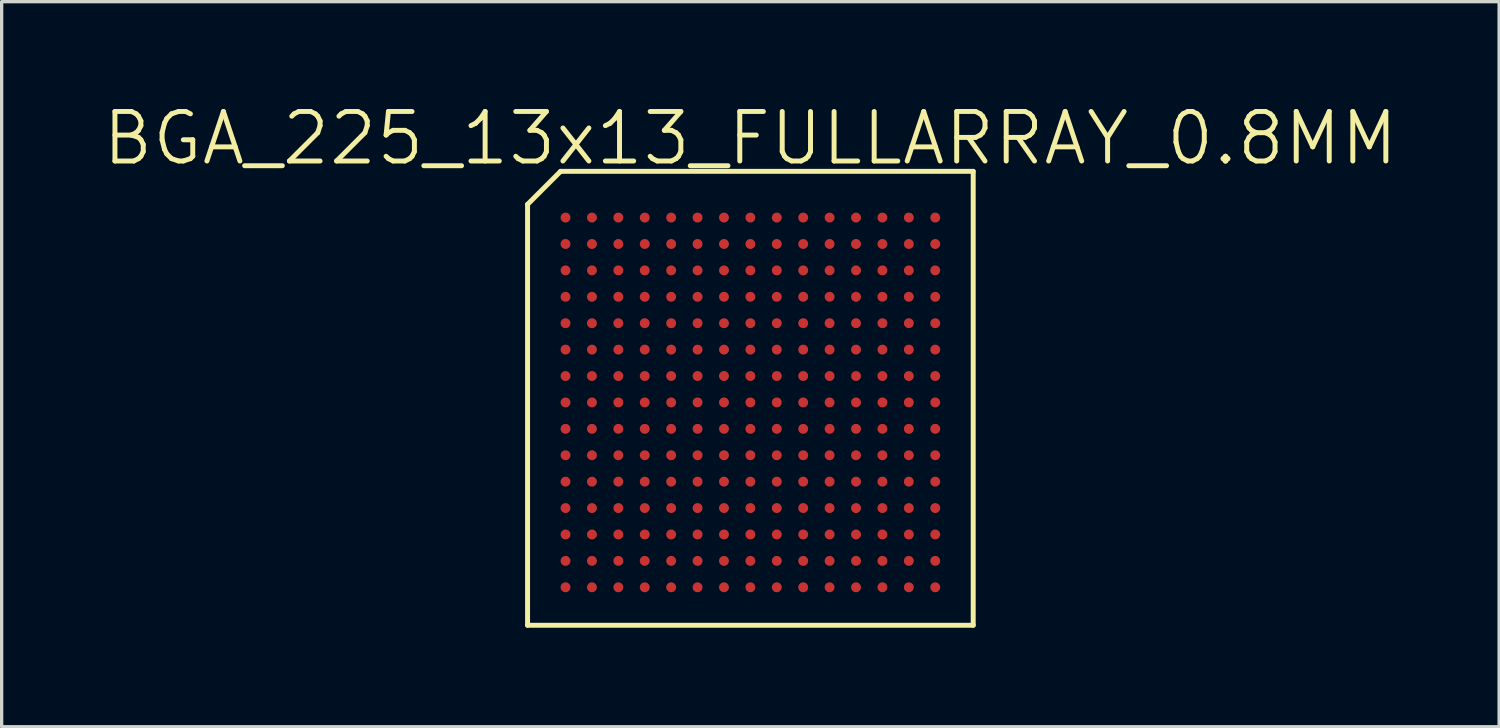
<source format=kicad_pcb>
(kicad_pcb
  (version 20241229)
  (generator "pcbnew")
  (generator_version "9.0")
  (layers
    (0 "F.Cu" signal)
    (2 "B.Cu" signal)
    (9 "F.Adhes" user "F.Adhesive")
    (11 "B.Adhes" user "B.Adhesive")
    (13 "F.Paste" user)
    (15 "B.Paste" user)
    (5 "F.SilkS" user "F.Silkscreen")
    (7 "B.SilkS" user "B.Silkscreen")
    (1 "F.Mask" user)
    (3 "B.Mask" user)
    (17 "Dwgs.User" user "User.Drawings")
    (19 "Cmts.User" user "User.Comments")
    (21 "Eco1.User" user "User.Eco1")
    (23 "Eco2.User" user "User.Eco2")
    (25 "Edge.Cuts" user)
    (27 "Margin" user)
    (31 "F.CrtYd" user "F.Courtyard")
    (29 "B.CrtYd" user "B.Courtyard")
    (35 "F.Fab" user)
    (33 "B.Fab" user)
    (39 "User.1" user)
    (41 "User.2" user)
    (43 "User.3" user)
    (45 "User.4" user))
  (footprint "BGA_225_13x13_FULLARRAY_0.8MM"
    (layer "F.Cu")
    (at 19.682 9.141)
    (property "Reference" "BGA_225_13x13_FULLARRAY_0.8MM" (at 0 -8 0) (layer "F.SilkS") (effects (font (size 1.5 1.5) (thickness 0.15))))
    (attr through_hole)
    (fp_line (start -6.75 -6) (end -5.75 -7) (stroke (width 0.15) (type solid)) (layer "F.SilkS"))
    (fp_line (start -6.75 6.75) (end -6.75 -6) (stroke (width 0.15) (type solid)) (layer "F.SilkS"))
    (fp_line (start -5.75 -7) (end 6.75 -7) (stroke (width 0.15) (type solid)) (layer "F.SilkS"))
    (fp_line (start 6.75 -7) (end 6.75 6.75) (stroke (width 0.15) (type solid)) (layer "F.SilkS"))
    (fp_line (start 6.75 6.75) (end -6.75 6.75) (stroke (width 0.15) (type solid)) (layer "F.SilkS"))
    (pad "A1" smd circle (at -5.6 -5.6) (size 0.3 0.3) (layers "F.Cu" "F.Mask" "F.Paste"))
    (pad "A2" smd circle (at -4.8 -5.6) (size 0.3 0.3) (layers "F.Cu" "F.Mask" "F.Paste"))
    (pad "A3" smd circle (at -4 -5.6) (size 0.3 0.3) (layers "F.Cu" "F.Mask" "F.Paste"))
    (pad "A4" smd circle (at -3.2 -5.6) (size 0.3 0.3) (layers "F.Cu" "F.Mask" "F.Paste"))
    (pad "A5" smd circle (at -2.4 -5.6) (size 0.3 0.3) (layers "F.Cu" "F.Mask" "F.Paste"))
    (pad "A6" smd circle (at -1.6 -5.6) (size 0.3 0.3) (layers "F.Cu" "F.Mask" "F.Paste"))
    (pad "A7" smd circle (at -0.8 -5.6) (size 0.3 0.3) (layers "F.Cu" "F.Mask" "F.Paste"))
    (pad "A8" smd circle (at 0 -5.6) (size 0.3 0.3) (layers "F.Cu" "F.Mask" "F.Paste"))
    (pad "A9" smd circle (at 0.8 -5.6) (size 0.3 0.3) (layers "F.Cu" "F.Mask" "F.Paste"))
    (pad "A10" smd circle (at 1.6 -5.6) (size 0.3 0.3) (layers "F.Cu" "F.Mask" "F.Paste"))
    (pad "A11" smd circle (at 2.4 -5.6) (size 0.3 0.3) (layers "F.Cu" "F.Mask" "F.Paste"))
    (pad "A12" smd circle (at 3.2 -5.6) (size 0.3 0.3) (layers "F.Cu" "F.Mask" "F.Paste"))
    (pad "A13" smd circle (at 4 -5.6) (size 0.3 0.3) (layers "F.Cu" "F.Mask" "F.Paste"))
    (pad "A14" smd circle (at 4.8 -5.6) (size 0.3 0.3) (layers "F.Cu" "F.Mask" "F.Paste"))
    (pad "A15" smd circle (at 5.6 -5.6) (size 0.3 0.3) (layers "F.Cu" "F.Mask" "F.Paste"))
    (pad "B1" smd circle (at -5.6 -4.8) (size 0.3 0.3) (layers "F.Cu" "F.Mask" "F.Paste"))
    (pad "B2" smd circle (at -4.8 -4.8) (size 0.3 0.3) (layers "F.Cu" "F.Mask" "F.Paste"))
    (pad "B3" smd circle (at -4 -4.8) (size 0.3 0.3) (layers "F.Cu" "F.Mask" "F.Paste"))
    (pad "B4" smd circle (at -3.2 -4.8) (size 0.3 0.3) (layers "F.Cu" "F.Mask" "F.Paste"))
    (pad "B5" smd circle (at -2.4 -4.8) (size 0.3 0.3) (layers "F.Cu" "F.Mask" "F.Paste"))
    (pad "B6" smd circle (at -1.6 -4.8) (size 0.3 0.3) (layers "F.Cu" "F.Mask" "F.Paste"))
    (pad "B7" smd circle (at -0.8 -4.8) (size 0.3 0.3) (layers "F.Cu" "F.Mask" "F.Paste"))
    (pad "B8" smd circle (at 0 -4.8) (size 0.3 0.3) (layers "F.Cu" "F.Mask" "F.Paste"))
    (pad "B9" smd circle (at 0.8 -4.8) (size 0.3 0.3) (layers "F.Cu" "F.Mask" "F.Paste"))
    (pad "B10" smd circle (at 1.6 -4.8) (size 0.3 0.3) (layers "F.Cu" "F.Mask" "F.Paste"))
    (pad "B11" smd circle (at 2.4 -4.8) (size 0.3 0.3) (layers "F.Cu" "F.Mask" "F.Paste"))
    (pad "B12" smd circle (at 3.2 -4.8) (size 0.3 0.3) (layers "F.Cu" "F.Mask" "F.Paste"))
    (pad "B13" smd circle (at 4 -4.8) (size 0.3 0.3) (layers "F.Cu" "F.Mask" "F.Paste"))
    (pad "B14" smd circle (at 4.8 -4.8) (size 0.3 0.3) (layers "F.Cu" "F.Mask" "F.Paste"))
    (pad "B15" smd circle (at 5.6 -4.8) (size 0.3 0.3) (layers "F.Cu" "F.Mask" "F.Paste"))
    (pad "C1" smd circle (at -5.6 -4) (size 0.3 0.3) (layers "F.Cu" "F.Mask" "F.Paste"))
    (pad "C2" smd circle (at -4.8 -4) (size 0.3 0.3) (layers "F.Cu" "F.Mask" "F.Paste"))
    (pad "C3" smd circle (at -4 -4) (size 0.3 0.3) (layers "F.Cu" "F.Mask" "F.Paste"))
    (pad "C4" smd circle (at -3.2 -4) (size 0.3 0.3) (layers "F.Cu" "F.Mask" "F.Paste"))
    (pad "C5" smd circle (at -2.4 -4) (size 0.3 0.3) (layers "F.Cu" "F.Mask" "F.Paste"))
    (pad "C6" smd circle (at -1.6 -4) (size 0.3 0.3) (layers "F.Cu" "F.Mask" "F.Paste"))
    (pad "C7" smd circle (at -0.8 -4) (size 0.3 0.3) (layers "F.Cu" "F.Mask" "F.Paste"))
    (pad "C8" smd circle (at 0 -4) (size 0.3 0.3) (layers "F.Cu" "F.Mask" "F.Paste"))
    (pad "C9" smd circle (at 0.8 -4) (size 0.3 0.3) (layers "F.Cu" "F.Mask" "F.Paste"))
    (pad "C10" smd circle (at 1.6 -4) (size 0.3 0.3) (layers "F.Cu" "F.Mask" "F.Paste"))
    (pad "C11" smd circle (at 2.4 -4) (size 0.3 0.3) (layers "F.Cu" "F.Mask" "F.Paste"))
    (pad "C12" smd circle (at 3.2 -4) (size 0.3 0.3) (layers "F.Cu" "F.Mask" "F.Paste"))
    (pad "C13" smd circle (at 4 -4) (size 0.3 0.3) (layers "F.Cu" "F.Mask" "F.Paste"))
    (pad "C14" smd circle (at 4.8 -4) (size 0.3 0.3) (layers "F.Cu" "F.Mask" "F.Paste"))
    (pad "C15" smd circle (at 5.6 -4) (size 0.3 0.3) (layers "F.Cu" "F.Mask" "F.Paste"))
    (pad "D1" smd circle (at -5.6 -3.2) (size 0.3 0.3) (layers "F.Cu" "F.Mask" "F.Paste"))
    (pad "D2" smd circle (at -4.8 -3.2) (size 0.3 0.3) (layers "F.Cu" "F.Mask" "F.Paste"))
    (pad "D3" smd circle (at -4 -3.2) (size 0.3 0.3) (layers "F.Cu" "F.Mask" "F.Paste"))
    (pad "D4" smd circle (at -3.2 -3.2) (size 0.3 0.3) (layers "F.Cu" "F.Mask" "F.Paste"))
    (pad "D5" smd circle (at -2.4 -3.2) (size 0.3 0.3) (layers "F.Cu" "F.Mask" "F.Paste"))
    (pad "D6" smd circle (at -1.6 -3.2) (size 0.3 0.3) (layers "F.Cu" "F.Mask" "F.Paste"))
    (pad "D7" smd circle (at -0.8 -3.2) (size 0.3 0.3) (layers "F.Cu" "F.Mask" "F.Paste"))
    (pad "D8" smd circle (at 0 -3.2) (size 0.3 0.3) (layers "F.Cu" "F.Mask" "F.Paste"))
    (pad "D9" smd circle (at 0.8 -3.2) (size 0.3 0.3) (layers "F.Cu" "F.Mask" "F.Paste"))
    (pad "D10" smd circle (at 1.6 -3.2) (size 0.3 0.3) (layers "F.Cu" "F.Mask" "F.Paste"))
    (pad "D11" smd circle (at 2.4 -3.2) (size 0.3 0.3) (layers "F.Cu" "F.Mask" "F.Paste"))
    (pad "D12" smd circle (at 3.2 -3.2) (size 0.3 0.3) (layers "F.Cu" "F.Mask" "F.Paste"))
    (pad "D13" smd circle (at 4 -3.2) (size 0.3 0.3) (layers "F.Cu" "F.Mask" "F.Paste"))
    (pad "D14" smd circle (at 4.8 -3.2) (size 0.3 0.3) (layers "F.Cu" "F.Mask" "F.Paste"))
    (pad "D15" smd circle (at 5.6 -3.2) (size 0.3 0.3) (layers "F.Cu" "F.Mask" "F.Paste"))
    (pad "E1" smd circle (at -5.6 -2.4) (size 0.3 0.3) (layers "F.Cu" "F.Mask" "F.Paste"))
    (pad "E2" smd circle (at -4.8 -2.4) (size 0.3 0.3) (layers "F.Cu" "F.Mask" "F.Paste"))
    (pad "E3" smd circle (at -4 -2.4) (size 0.3 0.3) (layers "F.Cu" "F.Mask" "F.Paste"))
    (pad "E4" smd circle (at -3.2 -2.4) (size 0.3 0.3) (layers "F.Cu" "F.Mask" "F.Paste"))
    (pad "E5" smd circle (at -2.4 -2.4) (size 0.3 0.3) (layers "F.Cu" "F.Mask" "F.Paste"))
    (pad "E6" smd circle (at -1.6 -2.4) (size 0.3 0.3) (layers "F.Cu" "F.Mask" "F.Paste"))
    (pad "E7" smd circle (at -0.8 -2.4) (size 0.3 0.3) (layers "F.Cu" "F.Mask" "F.Paste"))
    (pad "E8" smd circle (at 0 -2.4) (size 0.3 0.3) (layers "F.Cu" "F.Mask" "F.Paste"))
    (pad "E9" smd circle (at 0.8 -2.4) (size 0.3 0.3) (layers "F.Cu" "F.Mask" "F.Paste"))
    (pad "E10" smd circle (at 1.6 -2.4) (size 0.3 0.3) (layers "F.Cu" "F.Mask" "F.Paste"))
    (pad "E11" smd circle (at 2.4 -2.4) (size 0.3 0.3) (layers "F.Cu" "F.Mask" "F.Paste"))
    (pad "E12" smd circle (at 3.2 -2.4) (size 0.3 0.3) (layers "F.Cu" "F.Mask" "F.Paste"))
    (pad "E13" smd circle (at 4 -2.4) (size 0.3 0.3) (layers "F.Cu" "F.Mask" "F.Paste"))
    (pad "E14" smd circle (at 4.8 -2.4) (size 0.3 0.3) (layers "F.Cu" "F.Mask" "F.Paste"))
    (pad "E15" smd circle (at 5.6 -2.4) (size 0.3 0.3) (layers "F.Cu" "F.Mask" "F.Paste"))
    (pad "F1" smd circle (at -5.6 -1.6) (size 0.3 0.3) (layers "F.Cu" "F.Mask" "F.Paste"))
    (pad "F2" smd circle (at -4.8 -1.6) (size 0.3 0.3) (layers "F.Cu" "F.Mask" "F.Paste"))
    (pad "F3" smd circle (at -4 -1.6) (size 0.3 0.3) (layers "F.Cu" "F.Mask" "F.Paste"))
    (pad "F4" smd circle (at -3.2 -1.6) (size 0.3 0.3) (layers "F.Cu" "F.Mask" "F.Paste"))
    (pad "F5" smd circle (at -2.4 -1.6) (size 0.3 0.3) (layers "F.Cu" "F.Mask" "F.Paste"))
    (pad "F6" smd circle (at -1.6 -1.6) (size 0.3 0.3) (layers "F.Cu" "F.Mask" "F.Paste"))
    (pad "F7" smd circle (at -0.8 -1.6) (size 0.3 0.3) (layers "F.Cu" "F.Mask" "F.Paste"))
    (pad "F8" smd circle (at 0 -1.6) (size 0.3 0.3) (layers "F.Cu" "F.Mask" "F.Paste"))
    (pad "F9" smd circle (at 0.8 -1.6) (size 0.3 0.3) (layers "F.Cu" "F.Mask" "F.Paste"))
    (pad "F10" smd circle (at 1.6 -1.6) (size 0.3 0.3) (layers "F.Cu" "F.Mask" "F.Paste"))
    (pad "F11" smd circle (at 2.4 -1.6) (size 0.3 0.3) (layers "F.Cu" "F.Mask" "F.Paste"))
    (pad "F12" smd circle (at 3.2 -1.6) (size 0.3 0.3) (layers "F.Cu" "F.Mask" "F.Paste"))
    (pad "F13" smd circle (at 4 -1.6) (size 0.3 0.3) (layers "F.Cu" "F.Mask" "F.Paste"))
    (pad "F14" smd circle (at 4.8 -1.6) (size 0.3 0.3) (layers "F.Cu" "F.Mask" "F.Paste"))
    (pad "F15" smd circle (at 5.6 -1.6) (size 0.3 0.3) (layers "F.Cu" "F.Mask" "F.Paste"))
    (pad "G1" smd circle (at -5.6 -0.8) (size 0.3 0.3) (layers "F.Cu" "F.Mask" "F.Paste"))
    (pad "G2" smd circle (at -4.8 -0.8) (size 0.3 0.3) (layers "F.Cu" "F.Mask" "F.Paste"))
    (pad "G3" smd circle (at -4 -0.8) (size 0.3 0.3) (layers "F.Cu" "F.Mask" "F.Paste"))
    (pad "G4" smd circle (at -3.2 -0.8) (size 0.3 0.3) (layers "F.Cu" "F.Mask" "F.Paste"))
    (pad "G5" smd circle (at -2.4 -0.8) (size 0.3 0.3) (layers "F.Cu" "F.Mask" "F.Paste"))
    (pad "G6" smd circle (at -1.6 -0.8) (size 0.3 0.3) (layers "F.Cu" "F.Mask" "F.Paste"))
    (pad "G7" smd circle (at -0.8 -0.8) (size 0.3 0.3) (layers "F.Cu" "F.Mask" "F.Paste"))
    (pad "G8" smd circle (at 0 -0.8) (size 0.3 0.3) (layers "F.Cu" "F.Mask" "F.Paste"))
    (pad "G9" smd circle (at 0.8 -0.8) (size 0.3 0.3) (layers "F.Cu" "F.Mask" "F.Paste"))
    (pad "G10" smd circle (at 1.6 -0.8) (size 0.3 0.3) (layers "F.Cu" "F.Mask" "F.Paste"))
    (pad "G11" smd circle (at 2.4 -0.8) (size 0.3 0.3) (layers "F.Cu" "F.Mask" "F.Paste"))
    (pad "G12" smd circle (at 3.2 -0.8) (size 0.3 0.3) (layers "F.Cu" "F.Mask" "F.Paste"))
    (pad "G13" smd circle (at 4 -0.8) (size 0.3 0.3) (layers "F.Cu" "F.Mask" "F.Paste"))
    (pad "G14" smd circle (at 4.8 -0.8) (size 0.3 0.3) (layers "F.Cu" "F.Mask" "F.Paste"))
    (pad "G15" smd circle (at 5.6 -0.8) (size 0.3 0.3) (layers "F.Cu" "F.Mask" "F.Paste"))
    (pad "H1" smd circle (at -5.6 0) (size 0.3 0.3) (layers "F.Cu" "F.Mask" "F.Paste"))
    (pad "H2" smd circle (at -4.8 0) (size 0.3 0.3) (layers "F.Cu" "F.Mask" "F.Paste"))
    (pad "H3" smd circle (at -4 0) (size 0.3 0.3) (layers "F.Cu" "F.Mask" "F.Paste"))
    (pad "H4" smd circle (at -3.2 0) (size 0.3 0.3) (layers "F.Cu" "F.Mask" "F.Paste"))
    (pad "H5" smd circle (at -2.4 0) (size 0.3 0.3) (layers "F.Cu" "F.Mask" "F.Paste"))
    (pad "H6" smd circle (at -1.6 0) (size 0.3 0.3) (layers "F.Cu" "F.Mask" "F.Paste"))
    (pad "H7" smd circle (at -0.8 0) (size 0.3 0.3) (layers "F.Cu" "F.Mask" "F.Paste"))
    (pad "H8" smd circle (at 0 0) (size 0.3 0.3) (layers "F.Cu" "F.Mask" "F.Paste"))
    (pad "H9" smd circle (at 0.8 0) (size 0.3 0.3) (layers "F.Cu" "F.Mask" "F.Paste"))
    (pad "H10" smd circle (at 1.6 0) (size 0.3 0.3) (layers "F.Cu" "F.Mask" "F.Paste"))
    (pad "H11" smd circle (at 2.4 0) (size 0.3 0.3) (layers "F.Cu" "F.Mask" "F.Paste"))
    (pad "H12" smd circle (at 3.2 0) (size 0.3 0.3) (layers "F.Cu" "F.Mask" "F.Paste"))
    (pad "H13" smd circle (at 4 0) (size 0.3 0.3) (layers "F.Cu" "F.Mask" "F.Paste"))
    (pad "H14" smd circle (at 4.8 0) (size 0.3 0.3) (layers "F.Cu" "F.Mask" "F.Paste"))
    (pad "H15" smd circle (at 5.6 0) (size 0.3 0.3) (layers "F.Cu" "F.Mask" "F.Paste"))
    (pad "J1" smd circle (at -5.6 0.8) (size 0.3 0.3) (layers "F.Cu" "F.Mask" "F.Paste"))
    (pad "J2" smd circle (at -4.8 0.8) (size 0.3 0.3) (layers "F.Cu" "F.Mask" "F.Paste"))
    (pad "J3" smd circle (at -4 0.8) (size 0.3 0.3) (layers "F.Cu" "F.Mask" "F.Paste"))
    (pad "J4" smd circle (at -3.2 0.8) (size 0.3 0.3) (layers "F.Cu" "F.Mask" "F.Paste"))
    (pad "J5" smd circle (at -2.4 0.8) (size 0.3 0.3) (layers "F.Cu" "F.Mask" "F.Paste"))
    (pad "J6" smd circle (at -1.6 0.8) (size 0.3 0.3) (layers "F.Cu" "F.Mask" "F.Paste"))
    (pad "J7" smd circle (at -0.8 0.8) (size 0.3 0.3) (layers "F.Cu" "F.Mask" "F.Paste"))
    (pad "J8" smd circle (at 0 0.8) (size 0.3 0.3) (layers "F.Cu" "F.Mask" "F.Paste"))
    (pad "J9" smd circle (at 0.8 0.8) (size 0.3 0.3) (layers "F.Cu" "F.Mask" "F.Paste"))
    (pad "J10" smd circle (at 1.6 0.8) (size 0.3 0.3) (layers "F.Cu" "F.Mask" "F.Paste"))
    (pad "J11" smd circle (at 2.4 0.8) (size 0.3 0.3) (layers "F.Cu" "F.Mask" "F.Paste"))
    (pad "J12" smd circle (at 3.2 0.8) (size 0.3 0.3) (layers "F.Cu" "F.Mask" "F.Paste"))
    (pad "J13" smd circle (at 4 0.8) (size 0.3 0.3) (layers "F.Cu" "F.Mask" "F.Paste"))
    (pad "J14" smd circle (at 4.8 0.8) (size 0.3 0.3) (layers "F.Cu" "F.Mask" "F.Paste"))
    (pad "J15" smd circle (at 5.6 0.8) (size 0.3 0.3) (layers "F.Cu" "F.Mask" "F.Paste"))
    (pad "K1" smd circle (at -5.6 1.6) (size 0.3 0.3) (layers "F.Cu" "F.Mask" "F.Paste"))
    (pad "K2" smd circle (at -4.8 1.6) (size 0.3 0.3) (layers "F.Cu" "F.Mask" "F.Paste"))
    (pad "K3" smd circle (at -4 1.6) (size 0.3 0.3) (layers "F.Cu" "F.Mask" "F.Paste"))
    (pad "K4" smd circle (at -3.2 1.6) (size 0.3 0.3) (layers "F.Cu" "F.Mask" "F.Paste"))
    (pad "K5" smd circle (at -2.4 1.6) (size 0.3 0.3) (layers "F.Cu" "F.Mask" "F.Paste"))
    (pad "K6" smd circle (at -1.6 1.6) (size 0.3 0.3) (layers "F.Cu" "F.Mask" "F.Paste"))
    (pad "K7" smd circle (at -0.8 1.6) (size 0.3 0.3) (layers "F.Cu" "F.Mask" "F.Paste"))
    (pad "K8" smd circle (at 0 1.6) (size 0.3 0.3) (layers "F.Cu" "F.Mask" "F.Paste"))
    (pad "K9" smd circle (at 0.8 1.6) (size 0.3 0.3) (layers "F.Cu" "F.Mask" "F.Paste"))
    (pad "K10" smd circle (at 1.6 1.6) (size 0.3 0.3) (layers "F.Cu" "F.Mask" "F.Paste"))
    (pad "K11" smd circle (at 2.4 1.6) (size 0.3 0.3) (layers "F.Cu" "F.Mask" "F.Paste"))
    (pad "K12" smd circle (at 3.2 1.6) (size 0.3 0.3) (layers "F.Cu" "F.Mask" "F.Paste"))
    (pad "K13" smd circle (at 4 1.6) (size 0.3 0.3) (layers "F.Cu" "F.Mask" "F.Paste"))
    (pad "K14" smd circle (at 4.8 1.6) (size 0.3 0.3) (layers "F.Cu" "F.Mask" "F.Paste"))
    (pad "K15" smd circle (at 5.6 1.6) (size 0.3 0.3) (layers "F.Cu" "F.Mask" "F.Paste"))
    (pad "L1" smd circle (at -5.6 2.4) (size 0.3 0.3) (layers "F.Cu" "F.Mask" "F.Paste"))
    (pad "L2" smd circle (at -4.8 2.4) (size 0.3 0.3) (layers "F.Cu" "F.Mask" "F.Paste"))
    (pad "L3" smd circle (at -4 2.4) (size 0.3 0.3) (layers "F.Cu" "F.Mask" "F.Paste"))
    (pad "L4" smd circle (at -3.2 2.4) (size 0.3 0.3) (layers "F.Cu" "F.Mask" "F.Paste"))
    (pad "L5" smd circle (at -2.4 2.4) (size 0.3 0.3) (layers "F.Cu" "F.Mask" "F.Paste"))
    (pad "L6" smd circle (at -1.6 2.4) (size 0.3 0.3) (layers "F.Cu" "F.Mask" "F.Paste"))
    (pad "L7" smd circle (at -0.8 2.4) (size 0.3 0.3) (layers "F.Cu" "F.Mask" "F.Paste"))
    (pad "L8" smd circle (at 0 2.4) (size 0.3 0.3) (layers "F.Cu" "F.Mask" "F.Paste"))
    (pad "L9" smd circle (at 0.8 2.4) (size 0.3 0.3) (layers "F.Cu" "F.Mask" "F.Paste"))
    (pad "L10" smd circle (at 1.6 2.4) (size 0.3 0.3) (layers "F.Cu" "F.Mask" "F.Paste"))
    (pad "L11" smd circle (at 2.4 2.4) (size 0.3 0.3) (layers "F.Cu" "F.Mask" "F.Paste"))
    (pad "L12" smd circle (at 3.2 2.4) (size 0.3 0.3) (layers "F.Cu" "F.Mask" "F.Paste"))
    (pad "L13" smd circle (at 4 2.4) (size 0.3 0.3) (layers "F.Cu" "F.Mask" "F.Paste"))
    (pad "L14" smd circle (at 4.8 2.4) (size 0.3 0.3) (layers "F.Cu" "F.Mask" "F.Paste"))
    (pad "L15" smd circle (at 5.6 2.4) (size 0.3 0.3) (layers "F.Cu" "F.Mask" "F.Paste"))
    (pad "M1" smd circle (at -5.6 3.2) (size 0.3 0.3) (layers "F.Cu" "F.Mask" "F.Paste"))
    (pad "M2" smd circle (at -4.8 3.2) (size 0.3 0.3) (layers "F.Cu" "F.Mask" "F.Paste"))
    (pad "M3" smd circle (at -4 3.2) (size 0.3 0.3) (layers "F.Cu" "F.Mask" "F.Paste"))
    (pad "M4" smd circle (at -3.2 3.2) (size 0.3 0.3) (layers "F.Cu" "F.Mask" "F.Paste"))
    (pad "M5" smd circle (at -2.4 3.2) (size 0.3 0.3) (layers "F.Cu" "F.Mask" "F.Paste"))
    (pad "M6" smd circle (at -1.6 3.2) (size 0.3 0.3) (layers "F.Cu" "F.Mask" "F.Paste"))
    (pad "M7" smd circle (at -0.8 3.2) (size 0.3 0.3) (layers "F.Cu" "F.Mask" "F.Paste"))
    (pad "M8" smd circle (at 0 3.2) (size 0.3 0.3) (layers "F.Cu" "F.Mask" "F.Paste"))
    (pad "M9" smd circle (at 0.8 3.2) (size 0.3 0.3) (layers "F.Cu" "F.Mask" "F.Paste"))
    (pad "M10" smd circle (at 1.6 3.2) (size 0.3 0.3) (layers "F.Cu" "F.Mask" "F.Paste"))
    (pad "M11" smd circle (at 2.4 3.2) (size 0.3 0.3) (layers "F.Cu" "F.Mask" "F.Paste"))
    (pad "M12" smd circle (at 3.2 3.2) (size 0.3 0.3) (layers "F.Cu" "F.Mask" "F.Paste"))
    (pad "M13" smd circle (at 4 3.2) (size 0.3 0.3) (layers "F.Cu" "F.Mask" "F.Paste"))
    (pad "M14" smd circle (at 4.8 3.2) (size 0.3 0.3) (layers "F.Cu" "F.Mask" "F.Paste"))
    (pad "M15" smd circle (at 5.6 3.2) (size 0.3 0.3) (layers "F.Cu" "F.Mask" "F.Paste"))
    (pad "N1" smd circle (at -5.6 4) (size 0.3 0.3) (layers "F.Cu" "F.Mask" "F.Paste"))
    (pad "N2" smd circle (at -4.8 4) (size 0.3 0.3) (layers "F.Cu" "F.Mask" "F.Paste"))
    (pad "N3" smd circle (at -4 4) (size 0.3 0.3) (layers "F.Cu" "F.Mask" "F.Paste"))
    (pad "N4" smd circle (at -3.2 4) (size 0.3 0.3) (layers "F.Cu" "F.Mask" "F.Paste"))
    (pad "N5" smd circle (at -2.4 4) (size 0.3 0.3) (layers "F.Cu" "F.Mask" "F.Paste"))
    (pad "N6" smd circle (at -1.6 4) (size 0.3 0.3) (layers "F.Cu" "F.Mask" "F.Paste"))
    (pad "N7" smd circle (at -0.8 4) (size 0.3 0.3) (layers "F.Cu" "F.Mask" "F.Paste"))
    (pad "N8" smd circle (at 0 4) (size 0.3 0.3) (layers "F.Cu" "F.Mask" "F.Paste"))
    (pad "N9" smd circle (at 0.8 4) (size 0.3 0.3) (layers "F.Cu" "F.Mask" "F.Paste"))
    (pad "N10" smd circle (at 1.6 4) (size 0.3 0.3) (layers "F.Cu" "F.Mask" "F.Paste"))
    (pad "N11" smd circle (at 2.4 4) (size 0.3 0.3) (layers "F.Cu" "F.Mask" "F.Paste"))
    (pad "N12" smd circle (at 3.2 4) (size 0.3 0.3) (layers "F.Cu" "F.Mask" "F.Paste"))
    (pad "N13" smd circle (at 4 4) (size 0.3 0.3) (layers "F.Cu" "F.Mask" "F.Paste"))
    (pad "N14" smd circle (at 4.8 4) (size 0.3 0.3) (layers "F.Cu" "F.Mask" "F.Paste"))
    (pad "N15" smd circle (at 5.6 4) (size 0.3 0.3) (layers "F.Cu" "F.Mask" "F.Paste"))
    (pad "P1" smd circle (at -5.6 4.8) (size 0.3 0.3) (layers "F.Cu" "F.Mask" "F.Paste"))
    (pad "P2" smd circle (at -4.8 4.8) (size 0.3 0.3) (layers "F.Cu" "F.Mask" "F.Paste"))
    (pad "P3" smd circle (at -4 4.8) (size 0.3 0.3) (layers "F.Cu" "F.Mask" "F.Paste"))
    (pad "P4" smd circle (at -3.2 4.8) (size 0.3 0.3) (layers "F.Cu" "F.Mask" "F.Paste"))
    (pad "P5" smd circle (at -2.4 4.8) (size 0.3 0.3) (layers "F.Cu" "F.Mask" "F.Paste"))
    (pad "P6" smd circle (at -1.6 4.8) (size 0.3 0.3) (layers "F.Cu" "F.Mask" "F.Paste"))
    (pad "P7" smd circle (at -0.8 4.8) (size 0.3 0.3) (layers "F.Cu" "F.Mask" "F.Paste"))
    (pad "P8" smd circle (at 0 4.8) (size 0.3 0.3) (layers "F.Cu" "F.Mask" "F.Paste"))
    (pad "P9" smd circle (at 0.8 4.8) (size 0.3 0.3) (layers "F.Cu" "F.Mask" "F.Paste"))
    (pad "P10" smd circle (at 1.6 4.8) (size 0.3 0.3) (layers "F.Cu" "F.Mask" "F.Paste"))
    (pad "P11" smd circle (at 2.4 4.8) (size 0.3 0.3) (layers "F.Cu" "F.Mask" "F.Paste"))
    (pad "P12" smd circle (at 3.2 4.8) (size 0.3 0.3) (layers "F.Cu" "F.Mask" "F.Paste"))
    (pad "P13" smd circle (at 4 4.8) (size 0.3 0.3) (layers "F.Cu" "F.Mask" "F.Paste"))
    (pad "P14" smd circle (at 4.8 4.8) (size 0.3 0.3) (layers "F.Cu" "F.Mask" "F.Paste"))
    (pad "P15" smd circle (at 5.6 4.8) (size 0.3 0.3) (layers "F.Cu" "F.Mask" "F.Paste"))
    (pad "R1" smd circle (at -5.6 5.6) (size 0.3 0.3) (layers "F.Cu" "F.Mask" "F.Paste"))
    (pad "R2" smd circle (at -4.8 5.6) (size 0.3 0.3) (layers "F.Cu" "F.Mask" "F.Paste"))
    (pad "R3" smd circle (at -4 5.6) (size 0.3 0.3) (layers "F.Cu" "F.Mask" "F.Paste"))
    (pad "R4" smd circle (at -3.2 5.6) (size 0.3 0.3) (layers "F.Cu" "F.Mask" "F.Paste"))
    (pad "R5" smd circle (at -2.4 5.6) (size 0.3 0.3) (layers "F.Cu" "F.Mask" "F.Paste"))
    (pad "R6" smd circle (at -1.6 5.6) (size 0.3 0.3) (layers "F.Cu" "F.Mask" "F.Paste"))
    (pad "R7" smd circle (at -0.8 5.6) (size 0.3 0.3) (layers "F.Cu" "F.Mask" "F.Paste"))
    (pad "R8" smd circle (at 0 5.6) (size 0.3 0.3) (layers "F.Cu" "F.Mask" "F.Paste"))
    (pad "R9" smd circle (at 0.8 5.6) (size 0.3 0.3) (layers "F.Cu" "F.Mask" "F.Paste"))
    (pad "R10" smd circle (at 1.6 5.6) (size 0.3 0.3) (layers "F.Cu" "F.Mask" "F.Paste"))
    (pad "R11" smd circle (at 2.4 5.6) (size 0.3 0.3) (layers "F.Cu" "F.Mask" "F.Paste"))
    (pad "R12" smd circle (at 3.2 5.6) (size 0.3 0.3) (layers "F.Cu" "F.Mask" "F.Paste"))
    (pad "R13" smd circle (at 4 5.6) (size 0.3 0.3) (layers "F.Cu" "F.Mask" "F.Paste"))
    (pad "R14" smd circle (at 4.8 5.6) (size 0.3 0.3) (layers "F.Cu" "F.Mask" "F.Paste"))
    (pad "R15" smd circle (at 5.6 5.6) (size 0.3 0.3) (layers "F.Cu" "F.Mask" "F.Paste")))
  (gr_rect
    (start -3 -3)
    (end 42.364 18.966)
    (stroke (width 0.1) (type default))
    (fill no)
    (layer "Edge.Cuts")))
</source>
